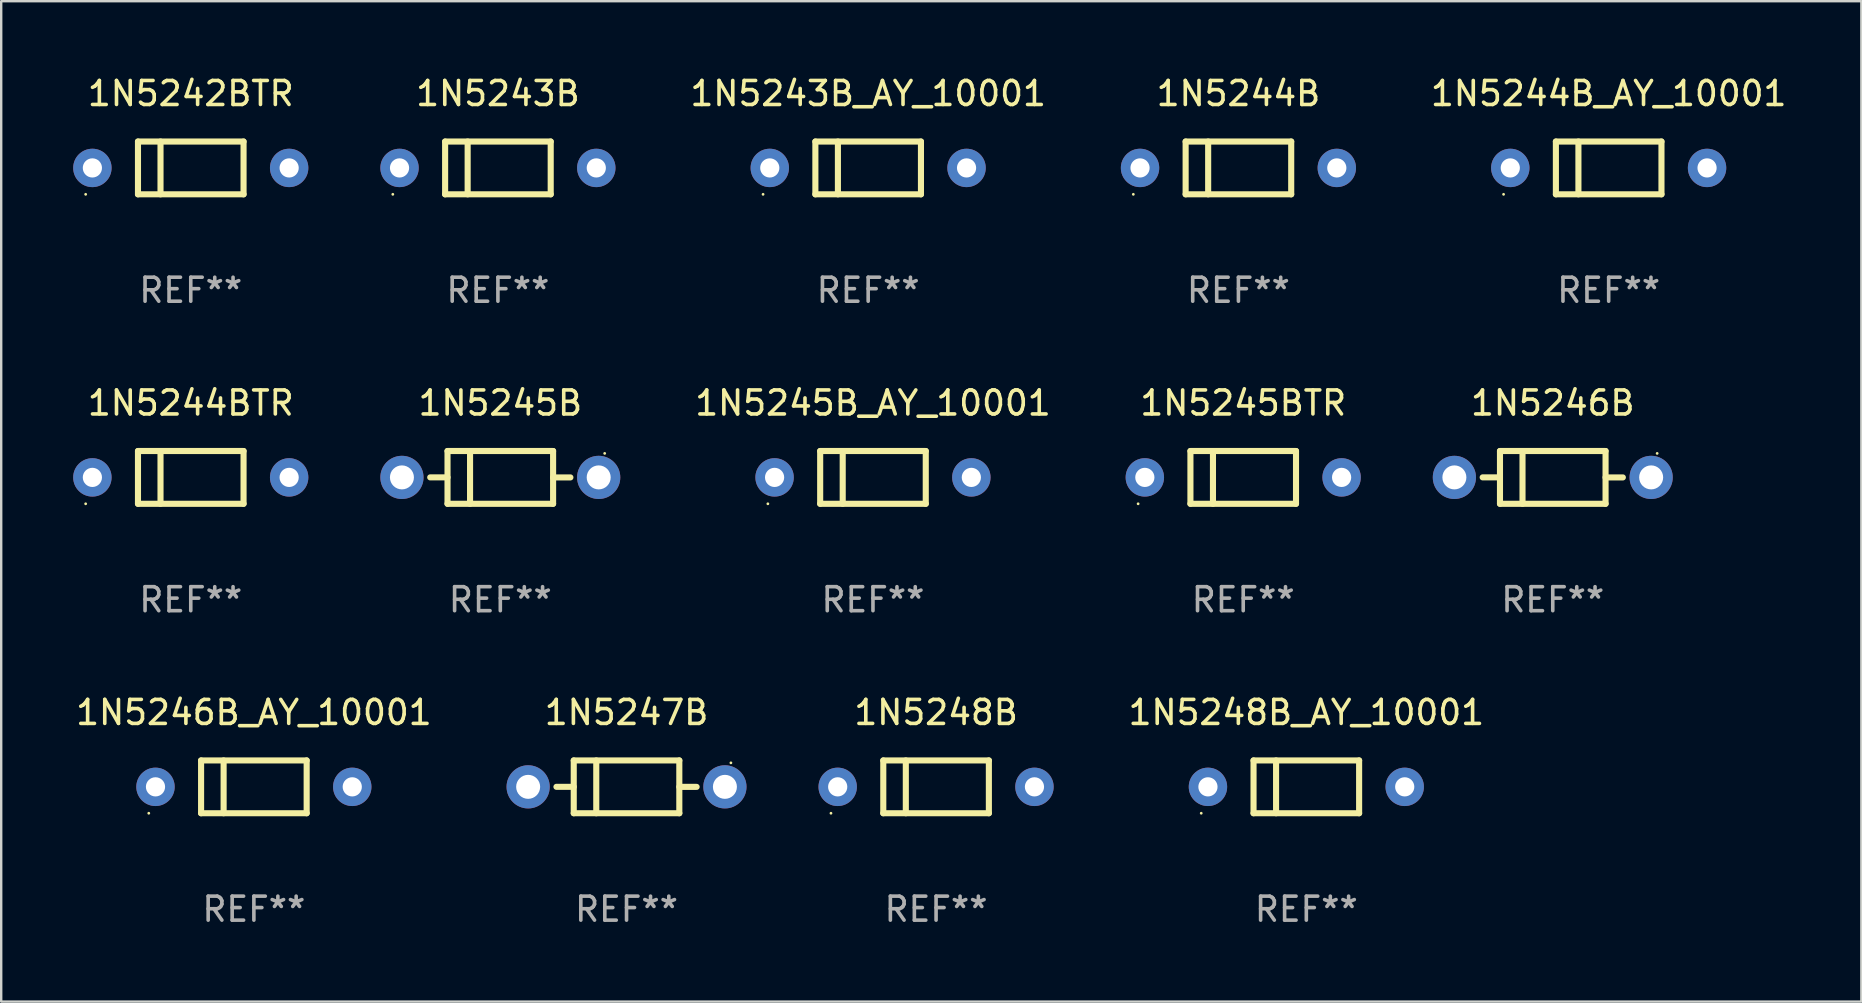
<source format=kicad_pcb>
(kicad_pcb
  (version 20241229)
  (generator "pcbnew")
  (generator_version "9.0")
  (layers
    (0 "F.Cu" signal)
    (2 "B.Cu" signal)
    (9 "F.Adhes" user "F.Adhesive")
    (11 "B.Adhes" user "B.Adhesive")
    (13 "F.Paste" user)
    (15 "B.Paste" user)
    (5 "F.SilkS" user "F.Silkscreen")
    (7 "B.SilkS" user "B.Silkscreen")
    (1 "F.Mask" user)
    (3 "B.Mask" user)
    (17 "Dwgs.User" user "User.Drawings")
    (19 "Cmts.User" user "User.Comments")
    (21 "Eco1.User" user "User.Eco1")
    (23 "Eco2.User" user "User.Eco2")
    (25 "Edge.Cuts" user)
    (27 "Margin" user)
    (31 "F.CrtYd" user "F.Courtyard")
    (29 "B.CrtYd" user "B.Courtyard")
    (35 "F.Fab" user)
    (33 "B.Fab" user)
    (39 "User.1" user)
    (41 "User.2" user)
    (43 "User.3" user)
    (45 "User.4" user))
  (footprint "1N5243B_AY_10001"
    (layer "F.Cu")
    (at 33.13 3.948)
    (property "Reference" "1N5243B_AY_10001" (at 0 -3.1 0) (layer "F.SilkS") (effects (font (size 1 1) (thickness 0.15))))
    (attr through_hole)
    (fp_line (start -2.2 -1.1) (end -2.2 1.1) (stroke (width 0.254) (type solid)) (layer "F.SilkS"))
    (fp_line (start -2.2 -1.1) (end 2.2 -1.1) (stroke (width 0.254) (type solid)) (layer "F.SilkS"))
    (fp_line (start -2.2 1.1) (end 2.2 1.1) (stroke (width 0.254) (type solid)) (layer "F.SilkS"))
    (fp_line (start -1.261 -1.1) (end -1.261 1.1) (stroke (width 0.254) (type solid)) (layer "F.SilkS"))
    (fp_line (start 2.2 -1.1) (end 2.2 1.1) (stroke (width 0.254) (type solid)) (layer "F.SilkS"))
    (fp_circle (center -4.38 1.1) (end -4.35 1.1) (stroke (width 0.06) (type solid)) (fill no) (layer "F.SilkS"))
    (fp_text user "REF**" (at 0 5.1 0) (layer "F.Fab") (effects (font (size 1 1) (thickness 0.15))))
    (pad "1" thru_hole circle (at -4.1 0) (size 1.6 1.6) (drill 0.8) (layers "*.Cu" "*.Mask"))
    (pad "2" thru_hole circle (at 4.1 0) (size 1.6 1.6) (drill 0.8) (layers "*.Cu" "*.Mask")))
  (footprint "1N5248B"
    (layer "F.Cu")
    (at 35.96 29.741)
    (property "Reference" "1N5248B" (at 0 -3.1 0) (layer "F.SilkS") (effects (font (size 1 1) (thickness 0.15))))
    (attr through_hole)
    (fp_line (start -2.2 -1.1) (end -2.2 1.1) (stroke (width 0.254) (type solid)) (layer "F.SilkS"))
    (fp_line (start -2.2 -1.1) (end 2.2 -1.1) (stroke (width 0.254) (type solid)) (layer "F.SilkS"))
    (fp_line (start -2.2 1.1) (end 2.2 1.1) (stroke (width 0.254) (type solid)) (layer "F.SilkS"))
    (fp_line (start -1.261 -1.1) (end -1.261 1.1) (stroke (width 0.254) (type solid)) (layer "F.SilkS"))
    (fp_line (start 2.2 -1.1) (end 2.2 1.1) (stroke (width 0.254) (type solid)) (layer "F.SilkS"))
    (fp_circle (center -4.38 1.1) (end -4.35 1.1) (stroke (width 0.06) (type solid)) (fill no) (layer "F.SilkS"))
    (fp_text user "REF**" (at 0 5.1 0) (layer "F.Fab") (effects (font (size 1 1) (thickness 0.15))))
    (pad "1" thru_hole circle (at -4.1 0) (size 1.6 1.6) (drill 0.8) (layers "*.Cu" "*.Mask"))
    (pad "2" thru_hole circle (at 4.1 0) (size 1.6 1.6) (drill 0.8) (layers "*.Cu" "*.Mask")))
  (footprint "1N5245B"
    (layer "F.Cu")
    (at 17.8 16.845)
    (property "Reference" "1N5245B" (at 0 -3.1 0) (layer "F.SilkS") (effects (font (size 1 1) (thickness 0.15))))
    (attr through_hole)
    (fp_line (start -2.2 -1.1) (end -2.2 1.1) (stroke (width 0.254) (type solid)) (layer "F.SilkS"))
    (fp_line (start -2.2 -1.1) (end 2.2 -1.1) (stroke (width 0.254) (type solid)) (layer "F.SilkS"))
    (fp_line (start -2.2 -0.001) (end -2.921 -0.001) (stroke (width 0.254) (type solid)) (layer "F.SilkS"))
    (fp_line (start -2.2 1.1) (end 2.2 1.1) (stroke (width 0.254) (type solid)) (layer "F.SilkS"))
    (fp_line (start -1.261 -1.1) (end -1.261 1.1) (stroke (width 0.254) (type solid)) (layer "F.SilkS"))
    (fp_line (start 2.2 -1.1) (end 2.2 1.1) (stroke (width 0.254) (type solid)) (layer "F.SilkS"))
    (fp_line (start 2.2 0.001) (end 2.921 0.001) (stroke (width 0.254) (type solid)) (layer "F.SilkS"))
    (fp_circle (center 4.35 -1) (end 4.38 -1) (stroke (width 0.06) (type solid)) (fill no) (layer "F.SilkS"))
    (fp_text user "REF**" (at 0 5.1 0) (layer "F.Fab") (effects (font (size 1 1) (thickness 0.15))))
    (pad "1" thru_hole circle (at 4.1 0) (size 1.8 1.8) (drill 1) (layers "*.Cu" "*.Mask"))
    (pad "2" thru_hole circle (at -4.1 0) (size 1.8 1.8) (drill 1) (layers "*.Cu" "*.Mask")))
  (footprint "1N5245BTR"
    (layer "F.Cu")
    (at 48.76 16.845)
    (property "Reference" "1N5245BTR" (at 0 -3.1 0) (layer "F.SilkS") (effects (font (size 1 1) (thickness 0.15))))
    (attr through_hole)
    (fp_line (start -2.2 -1.1) (end -2.2 1.1) (stroke (width 0.254) (type solid)) (layer "F.SilkS"))
    (fp_line (start -2.2 -1.1) (end 2.2 -1.1) (stroke (width 0.254) (type solid)) (layer "F.SilkS"))
    (fp_line (start -2.2 1.1) (end 2.2 1.1) (stroke (width 0.254) (type solid)) (layer "F.SilkS"))
    (fp_line (start -1.261 -1.1) (end -1.261 1.1) (stroke (width 0.254) (type solid)) (layer "F.SilkS"))
    (fp_line (start 2.2 -1.1) (end 2.2 1.1) (stroke (width 0.254) (type solid)) (layer "F.SilkS"))
    (fp_circle (center -4.38 1.1) (end -4.35 1.1) (stroke (width 0.06) (type solid)) (fill no) (layer "F.SilkS"))
    (fp_text user "REF**" (at 0 5.1 0) (layer "F.Fab") (effects (font (size 1 1) (thickness 0.15))))
    (pad "1" thru_hole circle (at -4.1 0) (size 1.6 1.6) (drill 0.8) (layers "*.Cu" "*.Mask"))
    (pad "2" thru_hole circle (at 4.1 0) (size 1.6 1.6) (drill 0.8) (layers "*.Cu" "*.Mask")))
  (footprint "1N5244B_AY_10001"
    (layer "F.Cu")
    (at 63.99 3.948)
    (property "Reference" "1N5244B_AY_10001" (at 0 -3.1 0) (layer "F.SilkS") (effects (font (size 1 1) (thickness 0.15))))
    (attr through_hole)
    (fp_line (start -2.2 -1.1) (end -2.2 1.1) (stroke (width 0.254) (type solid)) (layer "F.SilkS"))
    (fp_line (start -2.2 -1.1) (end 2.2 -1.1) (stroke (width 0.254) (type solid)) (layer "F.SilkS"))
    (fp_line (start -2.2 1.1) (end 2.2 1.1) (stroke (width 0.254) (type solid)) (layer "F.SilkS"))
    (fp_line (start -1.261 -1.1) (end -1.261 1.1) (stroke (width 0.254) (type solid)) (layer "F.SilkS"))
    (fp_line (start 2.2 -1.1) (end 2.2 1.1) (stroke (width 0.254) (type solid)) (layer "F.SilkS"))
    (fp_circle (center -4.38 1.1) (end -4.35 1.1) (stroke (width 0.06) (type solid)) (fill no) (layer "F.SilkS"))
    (fp_text user "REF**" (at 0 5.1 0) (layer "F.Fab") (effects (font (size 1 1) (thickness 0.15))))
    (pad "1" thru_hole circle (at -4.1 0) (size 1.6 1.6) (drill 0.8) (layers "*.Cu" "*.Mask"))
    (pad "2" thru_hole circle (at 4.1 0) (size 1.6 1.6) (drill 0.8) (layers "*.Cu" "*.Mask")))
  (footprint "1N5244BTR"
    (layer "F.Cu")
    (at 4.9 16.845)
    (property "Reference" "1N5244BTR" (at 0 -3.1 0) (layer "F.SilkS") (effects (font (size 1 1) (thickness 0.15))))
    (attr through_hole)
    (fp_line (start -2.2 -1.1) (end -2.2 1.1) (stroke (width 0.254) (type solid)) (layer "F.SilkS"))
    (fp_line (start -2.2 -1.1) (end 2.2 -1.1) (stroke (width 0.254) (type solid)) (layer "F.SilkS"))
    (fp_line (start -2.2 1.1) (end 2.2 1.1) (stroke (width 0.254) (type solid)) (layer "F.SilkS"))
    (fp_line (start -1.261 -1.1) (end -1.261 1.1) (stroke (width 0.254) (type solid)) (layer "F.SilkS"))
    (fp_line (start 2.2 -1.1) (end 2.2 1.1) (stroke (width 0.254) (type solid)) (layer "F.SilkS"))
    (fp_circle (center -4.38 1.1) (end -4.35 1.1) (stroke (width 0.06) (type solid)) (fill no) (layer "F.SilkS"))
    (fp_text user "REF**" (at 0 5.1 0) (layer "F.Fab") (effects (font (size 1 1) (thickness 0.15))))
    (pad "1" thru_hole circle (at -4.1 0) (size 1.6 1.6) (drill 0.8) (layers "*.Cu" "*.Mask"))
    (pad "2" thru_hole circle (at 4.1 0) (size 1.6 1.6) (drill 0.8) (layers "*.Cu" "*.Mask")))
  (footprint "1N5248B_AY_10001"
    (layer "F.Cu")
    (at 51.39 29.741)
    (property "Reference" "1N5248B_AY_10001" (at 0 -3.1 0) (layer "F.SilkS") (effects (font (size 1 1) (thickness 0.15))))
    (attr through_hole)
    (fp_line (start -2.2 -1.1) (end -2.2 1.1) (stroke (width 0.254) (type solid)) (layer "F.SilkS"))
    (fp_line (start -2.2 -1.1) (end 2.2 -1.1) (stroke (width 0.254) (type solid)) (layer "F.SilkS"))
    (fp_line (start -2.2 1.1) (end 2.2 1.1) (stroke (width 0.254) (type solid)) (layer "F.SilkS"))
    (fp_line (start -1.261 -1.1) (end -1.261 1.1) (stroke (width 0.254) (type solid)) (layer "F.SilkS"))
    (fp_line (start 2.2 -1.1) (end 2.2 1.1) (stroke (width 0.254) (type solid)) (layer "F.SilkS"))
    (fp_circle (center -4.38 1.1) (end -4.35 1.1) (stroke (width 0.06) (type solid)) (fill no) (layer "F.SilkS"))
    (fp_text user "REF**" (at 0 5.1 0) (layer "F.Fab") (effects (font (size 1 1) (thickness 0.15))))
    (pad "1" thru_hole circle (at -4.1 0) (size 1.6 1.6) (drill 0.8) (layers "*.Cu" "*.Mask"))
    (pad "2" thru_hole circle (at 4.1 0) (size 1.6 1.6) (drill 0.8) (layers "*.Cu" "*.Mask")))
  (footprint "1N5246B"
    (layer "F.Cu")
    (at 61.66 16.845)
    (property "Reference" "1N5246B" (at 0 -3.1 0) (layer "F.SilkS") (effects (font (size 1 1) (thickness 0.15))))
    (attr through_hole)
    (fp_line (start -2.2 -1.1) (end -2.2 1.1) (stroke (width 0.254) (type solid)) (layer "F.SilkS"))
    (fp_line (start -2.2 -1.1) (end 2.2 -1.1) (stroke (width 0.254) (type solid)) (layer "F.SilkS"))
    (fp_line (start -2.2 -0.001) (end -2.921 -0.001) (stroke (width 0.254) (type solid)) (layer "F.SilkS"))
    (fp_line (start -2.2 1.1) (end 2.2 1.1) (stroke (width 0.254) (type solid)) (layer "F.SilkS"))
    (fp_line (start -1.261 -1.1) (end -1.261 1.1) (stroke (width 0.254) (type solid)) (layer "F.SilkS"))
    (fp_line (start 2.2 -1.1) (end 2.2 1.1) (stroke (width 0.254) (type solid)) (layer "F.SilkS"))
    (fp_line (start 2.2 0.001) (end 2.921 0.001) (stroke (width 0.254) (type solid)) (layer "F.SilkS"))
    (fp_circle (center 4.35 -1) (end 4.38 -1) (stroke (width 0.06) (type solid)) (fill no) (layer "F.SilkS"))
    (fp_text user "REF**" (at 0 5.1 0) (layer "F.Fab") (effects (font (size 1 1) (thickness 0.15))))
    (pad "1" thru_hole circle (at 4.1 0) (size 1.8 1.8) (drill 1) (layers "*.Cu" "*.Mask"))
    (pad "2" thru_hole circle (at -4.1 0) (size 1.8 1.8) (drill 1) (layers "*.Cu" "*.Mask")))
  (footprint "1N5244B"
    (layer "F.Cu")
    (at 48.56 3.948)
    (property "Reference" "1N5244B" (at 0 -3.1 0) (layer "F.SilkS") (effects (font (size 1 1) (thickness 0.15))))
    (attr through_hole)
    (fp_line (start -2.2 -1.1) (end -2.2 1.1) (stroke (width 0.254) (type solid)) (layer "F.SilkS"))
    (fp_line (start -2.2 -1.1) (end 2.2 -1.1) (stroke (width 0.254) (type solid)) (layer "F.SilkS"))
    (fp_line (start -2.2 1.1) (end 2.2 1.1) (stroke (width 0.254) (type solid)) (layer "F.SilkS"))
    (fp_line (start -1.261 -1.1) (end -1.261 1.1) (stroke (width 0.254) (type solid)) (layer "F.SilkS"))
    (fp_line (start 2.2 -1.1) (end 2.2 1.1) (stroke (width 0.254) (type solid)) (layer "F.SilkS"))
    (fp_circle (center -4.38 1.1) (end -4.35 1.1) (stroke (width 0.06) (type solid)) (fill no) (layer "F.SilkS"))
    (fp_text user "REF**" (at 0 5.1 0) (layer "F.Fab") (effects (font (size 1 1) (thickness 0.15))))
    (pad "1" thru_hole circle (at -4.1 0) (size 1.6 1.6) (drill 0.8) (layers "*.Cu" "*.Mask"))
    (pad "2" thru_hole circle (at 4.1 0) (size 1.6 1.6) (drill 0.8) (layers "*.Cu" "*.Mask")))
  (footprint "1N5243B"
    (layer "F.Cu")
    (at 17.7 3.948)
    (property "Reference" "1N5243B" (at 0 -3.1 0) (layer "F.SilkS") (effects (font (size 1 1) (thickness 0.15))))
    (attr through_hole)
    (fp_line (start -2.2 -1.1) (end -2.2 1.1) (stroke (width 0.254) (type solid)) (layer "F.SilkS"))
    (fp_line (start -2.2 -1.1) (end 2.2 -1.1) (stroke (width 0.254) (type solid)) (layer "F.SilkS"))
    (fp_line (start -2.2 1.1) (end 2.2 1.1) (stroke (width 0.254) (type solid)) (layer "F.SilkS"))
    (fp_line (start -1.261 -1.1) (end -1.261 1.1) (stroke (width 0.254) (type solid)) (layer "F.SilkS"))
    (fp_line (start 2.2 -1.1) (end 2.2 1.1) (stroke (width 0.254) (type solid)) (layer "F.SilkS"))
    (fp_circle (center -4.38 1.1) (end -4.35 1.1) (stroke (width 0.06) (type solid)) (fill no) (layer "F.SilkS"))
    (fp_text user "REF**" (at 0 5.1 0) (layer "F.Fab") (effects (font (size 1 1) (thickness 0.15))))
    (pad "1" thru_hole circle (at -4.1 0) (size 1.6 1.6) (drill 0.8) (layers "*.Cu" "*.Mask"))
    (pad "2" thru_hole circle (at 4.1 0) (size 1.6 1.6) (drill 0.8) (layers "*.Cu" "*.Mask")))
  (footprint "1N5246B_AY_10001"
    (layer "F.Cu")
    (at 7.53 29.741)
    (property "Reference" "1N5246B_AY_10001" (at 0 -3.1 0) (layer "F.SilkS") (effects (font (size 1 1) (thickness 0.15))))
    (attr through_hole)
    (fp_line (start -2.2 -1.1) (end -2.2 1.1) (stroke (width 0.254) (type solid)) (layer "F.SilkS"))
    (fp_line (start -2.2 -1.1) (end 2.2 -1.1) (stroke (width 0.254) (type solid)) (layer "F.SilkS"))
    (fp_line (start -2.2 1.1) (end 2.2 1.1) (stroke (width 0.254) (type solid)) (layer "F.SilkS"))
    (fp_line (start -1.261 -1.1) (end -1.261 1.1) (stroke (width 0.254) (type solid)) (layer "F.SilkS"))
    (fp_line (start 2.2 -1.1) (end 2.2 1.1) (stroke (width 0.254) (type solid)) (layer "F.SilkS"))
    (fp_circle (center -4.38 1.1) (end -4.35 1.1) (stroke (width 0.06) (type solid)) (fill no) (layer "F.SilkS"))
    (fp_text user "REF**" (at 0 5.1 0) (layer "F.Fab") (effects (font (size 1 1) (thickness 0.15))))
    (pad "1" thru_hole circle (at -4.1 0) (size 1.6 1.6) (drill 0.8) (layers "*.Cu" "*.Mask"))
    (pad "2" thru_hole circle (at 4.1 0) (size 1.6 1.6) (drill 0.8) (layers "*.Cu" "*.Mask")))
  (footprint "1N5247B"
    (layer "F.Cu")
    (at 23.06 29.741)
    (property "Reference" "1N5247B" (at 0 -3.1 0) (layer "F.SilkS") (effects (font (size 1 1) (thickness 0.15))))
    (attr through_hole)
    (fp_line (start -2.2 -1.1) (end -2.2 1.1) (stroke (width 0.254) (type solid)) (layer "F.SilkS"))
    (fp_line (start -2.2 -1.1) (end 2.2 -1.1) (stroke (width 0.254) (type solid)) (layer "F.SilkS"))
    (fp_line (start -2.2 -0.001) (end -2.921 -0.001) (stroke (width 0.254) (type solid)) (layer "F.SilkS"))
    (fp_line (start -2.2 1.1) (end 2.2 1.1) (stroke (width 0.254) (type solid)) (layer "F.SilkS"))
    (fp_line (start -1.261 -1.1) (end -1.261 1.1) (stroke (width 0.254) (type solid)) (layer "F.SilkS"))
    (fp_line (start 2.2 -1.1) (end 2.2 1.1) (stroke (width 0.254) (type solid)) (layer "F.SilkS"))
    (fp_line (start 2.2 0.001) (end 2.921 0.001) (stroke (width 0.254) (type solid)) (layer "F.SilkS"))
    (fp_circle (center 4.35 -1) (end 4.38 -1) (stroke (width 0.06) (type solid)) (fill no) (layer "F.SilkS"))
    (fp_text user "REF**" (at 0 5.1 0) (layer "F.Fab") (effects (font (size 1 1) (thickness 0.15))))
    (pad "1" thru_hole circle (at 4.1 0) (size 1.8 1.8) (drill 1) (layers "*.Cu" "*.Mask"))
    (pad "2" thru_hole circle (at -4.1 0) (size 1.8 1.8) (drill 1) (layers "*.Cu" "*.Mask")))
  (footprint "1N5242BTR"
    (layer "F.Cu")
    (at 4.9 3.948)
    (property "Reference" "1N5242BTR" (at 0 -3.1 0) (layer "F.SilkS") (effects (font (size 1 1) (thickness 0.15))))
    (attr through_hole)
    (fp_line (start -2.2 -1.1) (end -2.2 1.1) (stroke (width 0.254) (type solid)) (layer "F.SilkS"))
    (fp_line (start -2.2 -1.1) (end 2.2 -1.1) (stroke (width 0.254) (type solid)) (layer "F.SilkS"))
    (fp_line (start -2.2 1.1) (end 2.2 1.1) (stroke (width 0.254) (type solid)) (layer "F.SilkS"))
    (fp_line (start -1.261 -1.1) (end -1.261 1.1) (stroke (width 0.254) (type solid)) (layer "F.SilkS"))
    (fp_line (start 2.2 -1.1) (end 2.2 1.1) (stroke (width 0.254) (type solid)) (layer "F.SilkS"))
    (fp_circle (center -4.38 1.1) (end -4.35 1.1) (stroke (width 0.06) (type solid)) (fill no) (layer "F.SilkS"))
    (fp_text user "REF**" (at 0 5.1 0) (layer "F.Fab") (effects (font (size 1 1) (thickness 0.15))))
    (pad "1" thru_hole circle (at -4.1 0) (size 1.6 1.6) (drill 0.8) (layers "*.Cu" "*.Mask"))
    (pad "2" thru_hole circle (at 4.1 0) (size 1.6 1.6) (drill 0.8) (layers "*.Cu" "*.Mask")))
  (footprint "1N5245B_AY_10001"
    (layer "F.Cu")
    (at 33.33 16.845)
    (property "Reference" "1N5245B_AY_10001" (at 0 -3.1 0) (layer "F.SilkS") (effects (font (size 1 1) (thickness 0.15))))
    (attr through_hole)
    (fp_line (start -2.2 -1.1) (end -2.2 1.1) (stroke (width 0.254) (type solid)) (layer "F.SilkS"))
    (fp_line (start -2.2 -1.1) (end 2.2 -1.1) (stroke (width 0.254) (type solid)) (layer "F.SilkS"))
    (fp_line (start -2.2 1.1) (end 2.2 1.1) (stroke (width 0.254) (type solid)) (layer "F.SilkS"))
    (fp_line (start -1.261 -1.1) (end -1.261 1.1) (stroke (width 0.254) (type solid)) (layer "F.SilkS"))
    (fp_line (start 2.2 -1.1) (end 2.2 1.1) (stroke (width 0.254) (type solid)) (layer "F.SilkS"))
    (fp_circle (center -4.38 1.1) (end -4.35 1.1) (stroke (width 0.06) (type solid)) (fill no) (layer "F.SilkS"))
    (fp_text user "REF**" (at 0 5.1 0) (layer "F.Fab") (effects (font (size 1 1) (thickness 0.15))))
    (pad "1" thru_hole circle (at -4.1 0) (size 1.6 1.6) (drill 0.8) (layers "*.Cu" "*.Mask"))
    (pad "2" thru_hole circle (at 4.1 0) (size 1.6 1.6) (drill 0.8) (layers "*.Cu" "*.Mask")))
  (gr_rect
    (start -3 -3)
    (end 74.52 38.69)
    (stroke (width 0.1) (type default))
    (fill no)
    (layer "Edge.Cuts")))
</source>
